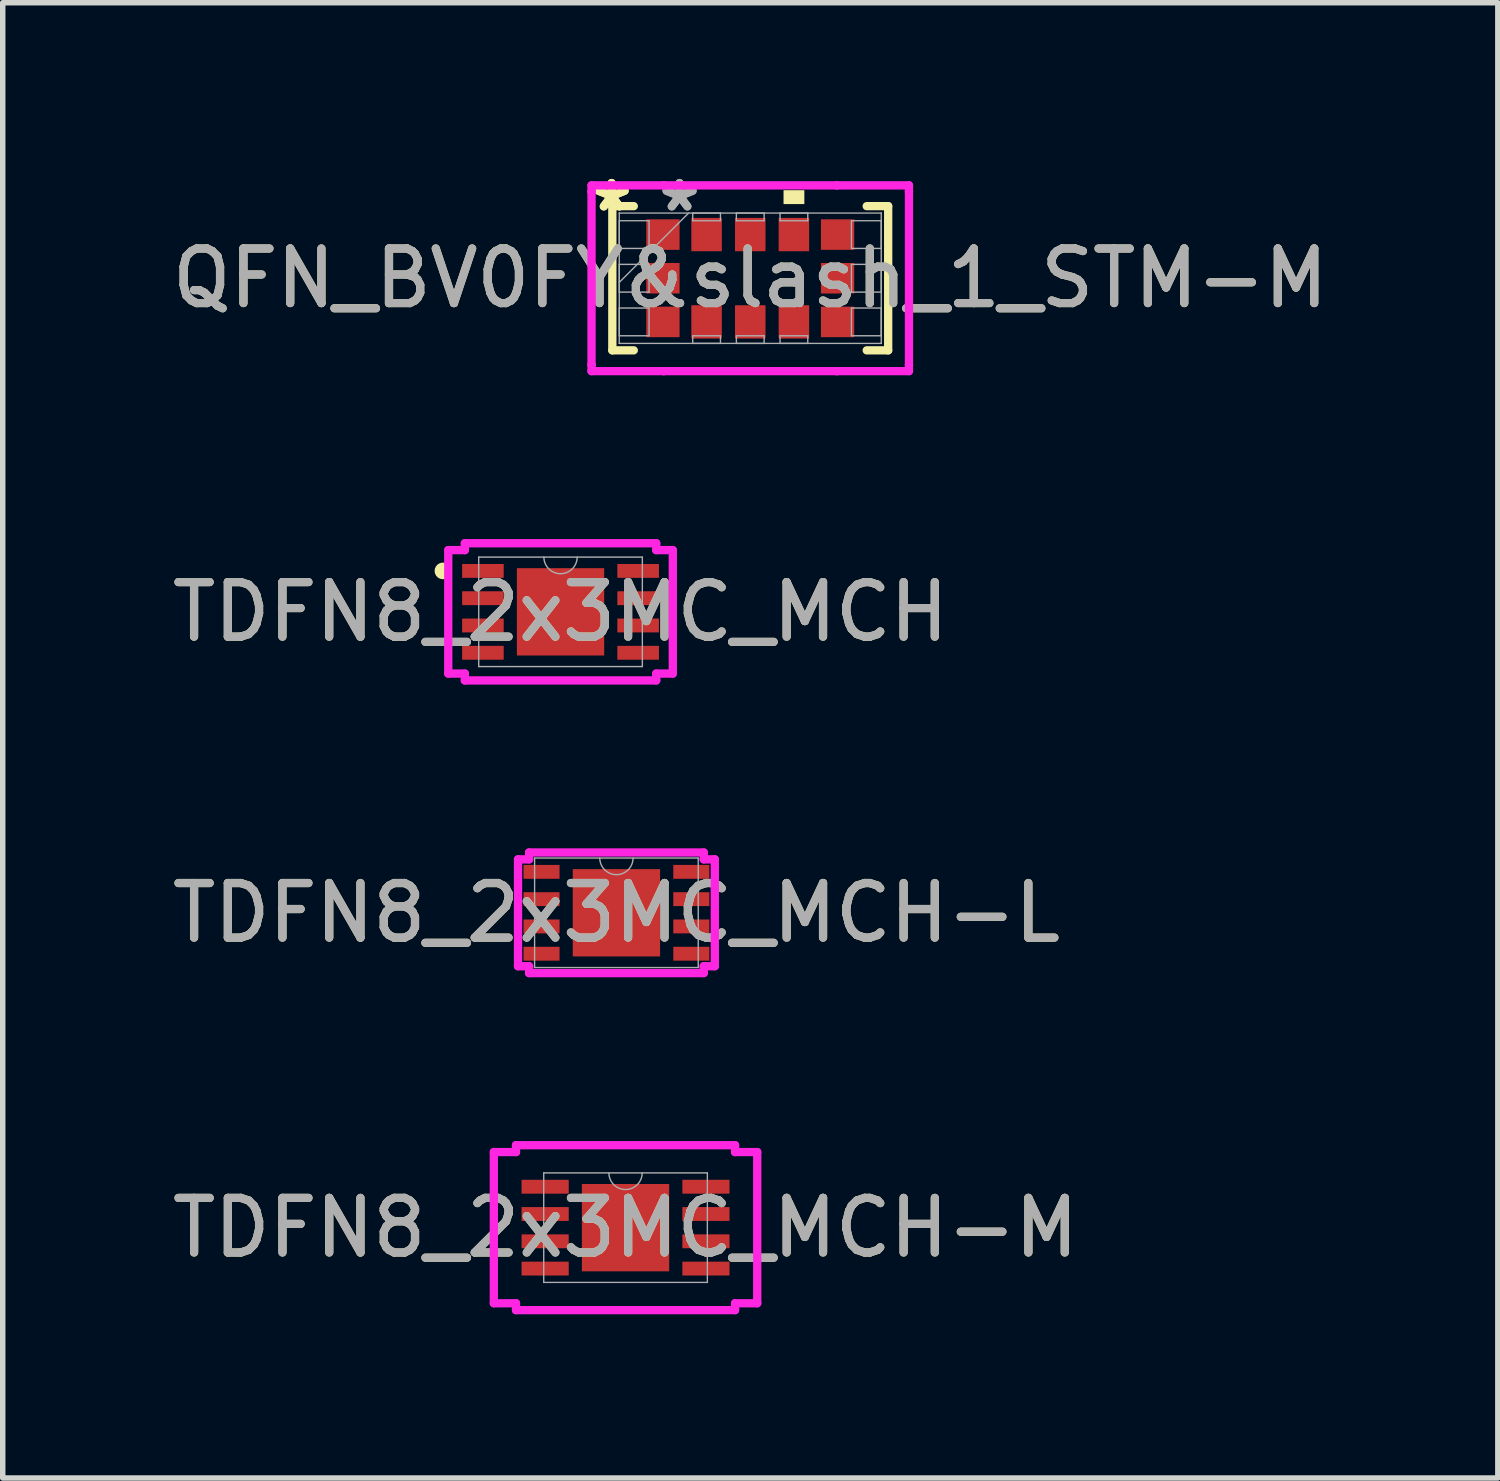
<source format=kicad_pcb>
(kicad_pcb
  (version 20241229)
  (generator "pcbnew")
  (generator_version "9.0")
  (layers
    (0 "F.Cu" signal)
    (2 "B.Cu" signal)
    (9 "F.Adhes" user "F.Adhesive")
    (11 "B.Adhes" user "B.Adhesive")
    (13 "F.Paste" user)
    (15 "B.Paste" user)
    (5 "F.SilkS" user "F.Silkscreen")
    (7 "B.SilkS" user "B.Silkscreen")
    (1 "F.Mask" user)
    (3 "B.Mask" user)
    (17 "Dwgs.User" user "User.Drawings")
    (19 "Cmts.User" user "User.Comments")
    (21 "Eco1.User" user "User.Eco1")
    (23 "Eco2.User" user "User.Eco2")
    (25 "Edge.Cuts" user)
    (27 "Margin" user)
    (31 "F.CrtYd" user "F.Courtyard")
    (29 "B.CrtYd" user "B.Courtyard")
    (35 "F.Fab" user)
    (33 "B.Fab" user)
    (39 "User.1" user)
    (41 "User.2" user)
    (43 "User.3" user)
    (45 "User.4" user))
  (footprint "TDFN8_2x3MC_MCH"
    (layer "F.Cu")
    (at 7.22 8.16)
    (property "Reference" "TDFN8_2x3MC_MCH" (at 0 0 0) (unlocked yes) (layer "F.SilkS") (effects (font (size 1 1) (thickness 0.15))))
    (attr smd)
    (fp_arc (start -2.13614 -0.676171) (mid -2.2312 -0.75) (end -2.13614 -0.823829) (stroke (width 0.1524) (type solid)) (layer "F.SilkS"))
    (fp_line (start -2.057 -1.131) (end -1.753 -1.131) (stroke (width 0.152) (type solid)) (layer "F.CrtYd"))
    (fp_line (start -2.057 1.131) (end -2.057 -1.131) (stroke (width 0.152) (type solid)) (layer "F.CrtYd"))
    (fp_line (start -2.057 1.131) (end -1.753 1.131) (stroke (width 0.152) (type solid)) (layer "F.CrtYd"))
    (fp_line (start -1.753 -1.257) (end 1.753 -1.257) (stroke (width 0.152) (type solid)) (layer "F.CrtYd"))
    (fp_line (start -1.753 -1.131) (end -1.753 -1.257) (stroke (width 0.152) (type solid)) (layer "F.CrtYd"))
    (fp_line (start -1.753 1.257) (end -1.753 1.131) (stroke (width 0.152) (type solid)) (layer "F.CrtYd"))
    (fp_line (start 1.753 -1.257) (end 1.753 -1.131) (stroke (width 0.152) (type solid)) (layer "F.CrtYd"))
    (fp_line (start 1.753 1.131) (end 1.753 1.257) (stroke (width 0.152) (type solid)) (layer "F.CrtYd"))
    (fp_line (start 1.753 1.257) (end -1.753 1.257) (stroke (width 0.152) (type solid)) (layer "F.CrtYd"))
    (fp_line (start 2.057 -1.131) (end 1.753 -1.131) (stroke (width 0.152) (type solid)) (layer "F.CrtYd"))
    (fp_line (start 2.057 -1.131) (end 2.057 1.131) (stroke (width 0.152) (type solid)) (layer "F.CrtYd"))
    (fp_line (start 2.057 1.131) (end 1.753 1.131) (stroke (width 0.152) (type solid)) (layer "F.CrtYd"))
    (fp_line (start -1.499 -1.003) (end -1.499 1.003) (stroke (width 0.025) (type solid)) (layer "F.Fab"))
    (fp_line (start -1.499 1.003) (end 1.499 1.003) (stroke (width 0.025) (type solid)) (layer "F.Fab"))
    (fp_line (start 1.499 -1.003) (end -1.499 -1.003) (stroke (width 0.025) (type solid)) (layer "F.Fab"))
    (fp_line (start 1.499 1.003) (end 1.499 -1.003) (stroke (width 0.025) (type solid)) (layer "F.Fab"))
    (fp_arc (start 0.3048 -1.0033) (mid 0 -0.6985) (end -0.3048 -1.0033) (stroke (width 0.0254) (type solid)) (layer "F.Fab"))
    (fp_text user "${REFERENCE}" (at 0 0 0) (unlocked yes) (layer "F.Fab") (effects (font (size 1 1) (thickness 0.15))))
    (pad "1" smd rect (at -1.422 -0.75) (size 0.762 0.254) (layers "F.Cu" "F.Mask" "F.Paste"))
    (pad "2" smd rect (at -1.422 -0.25) (size 0.762 0.254) (layers "F.Cu" "F.Mask" "F.Paste"))
    (pad "3" smd rect (at -1.422 0.25) (size 0.762 0.254) (layers "F.Cu" "F.Mask" "F.Paste"))
    (pad "4" smd rect (at -1.422 0.75) (size 0.762 0.254) (layers "F.Cu" "F.Mask" "F.Paste"))
    (pad "5" smd rect (at 1.422 0.75) (size 0.762 0.254) (layers "F.Cu" "F.Mask" "F.Paste"))
    (pad "6" smd rect (at 1.422 0.25) (size 0.762 0.254) (layers "F.Cu" "F.Mask" "F.Paste"))
    (pad "7" smd rect (at 1.422 -0.25) (size 0.762 0.254) (layers "F.Cu" "F.Mask" "F.Paste"))
    (pad "8" smd rect (at 1.422 -0.75) (size 0.762 0.254) (layers "F.Cu" "F.Mask" "F.Paste"))
    (pad "9" smd rect (at 0 0) (size 1.6 1.6) (layers "F.Cu" "F.Mask" "F.Paste")))
  (footprint "TDFN8_2x3MC_MCH-M"
    (layer "F.Cu")
    (at 8.411 19.443)
    (property "Reference" "TDFN8_2x3MC_MCH-M" (at 0 0 0) (unlocked yes) (layer "F.SilkS") (effects (font (size 1 1) (thickness 0.15))))
    (attr smd)
    (fp_line (start -2.413 -1.385) (end -2.007 -1.385) (stroke (width 0.152) (type solid)) (layer "F.CrtYd"))
    (fp_line (start -2.413 1.385) (end -2.413 -1.385) (stroke (width 0.152) (type solid)) (layer "F.CrtYd"))
    (fp_line (start -2.413 1.385) (end -2.007 1.385) (stroke (width 0.152) (type solid)) (layer "F.CrtYd"))
    (fp_line (start -2.007 -1.511) (end 2.007 -1.511) (stroke (width 0.152) (type solid)) (layer "F.CrtYd"))
    (fp_line (start -2.007 -1.385) (end -2.007 -1.511) (stroke (width 0.152) (type solid)) (layer "F.CrtYd"))
    (fp_line (start -2.007 1.511) (end -2.007 1.385) (stroke (width 0.152) (type solid)) (layer "F.CrtYd"))
    (fp_line (start 2.007 -1.511) (end 2.007 -1.385) (stroke (width 0.152) (type solid)) (layer "F.CrtYd"))
    (fp_line (start 2.007 1.385) (end 2.007 1.511) (stroke (width 0.152) (type solid)) (layer "F.CrtYd"))
    (fp_line (start 2.007 1.511) (end -2.007 1.511) (stroke (width 0.152) (type solid)) (layer "F.CrtYd"))
    (fp_line (start 2.413 -1.385) (end 2.007 -1.385) (stroke (width 0.152) (type solid)) (layer "F.CrtYd"))
    (fp_line (start 2.413 -1.385) (end 2.413 1.385) (stroke (width 0.152) (type solid)) (layer "F.CrtYd"))
    (fp_line (start 2.413 1.385) (end 2.007 1.385) (stroke (width 0.152) (type solid)) (layer "F.CrtYd"))
    (fp_line (start -1.499 -1.003) (end -1.499 1.003) (stroke (width 0.025) (type solid)) (layer "F.Fab"))
    (fp_line (start -1.499 1.003) (end 1.499 1.003) (stroke (width 0.025) (type solid)) (layer "F.Fab"))
    (fp_line (start 1.499 -1.003) (end -1.499 -1.003) (stroke (width 0.025) (type solid)) (layer "F.Fab"))
    (fp_line (start 1.499 1.003) (end 1.499 -1.003) (stroke (width 0.025) (type solid)) (layer "F.Fab"))
    (fp_arc (start 0.3048 -1.0033) (mid 0 -0.6985) (end -0.3048 -1.0033) (stroke (width 0.0254) (type solid)) (layer "F.Fab"))
    (fp_text user "${REFERENCE}" (at 0 0 0) (unlocked yes) (layer "F.Fab") (effects (font (size 1 1) (thickness 0.15))))
    (pad "1" smd rect (at -1.473 -0.75) (size 0.864 0.254) (layers "F.Cu" "F.Mask" "F.Paste"))
    (pad "2" smd rect (at -1.473 -0.25) (size 0.864 0.254) (layers "F.Cu" "F.Mask" "F.Paste"))
    (pad "3" smd rect (at -1.473 0.25) (size 0.864 0.254) (layers "F.Cu" "F.Mask" "F.Paste"))
    (pad "4" smd rect (at -1.473 0.75) (size 0.864 0.254) (layers "F.Cu" "F.Mask" "F.Paste"))
    (pad "5" smd rect (at 1.473 0.75) (size 0.864 0.254) (layers "F.Cu" "F.Mask" "F.Paste"))
    (pad "6" smd rect (at 1.473 0.25) (size 0.864 0.254) (layers "F.Cu" "F.Mask" "F.Paste"))
    (pad "7" smd rect (at 1.473 -0.25) (size 0.864 0.254) (layers "F.Cu" "F.Mask" "F.Paste"))
    (pad "8" smd rect (at 1.473 -0.75) (size 0.864 0.254) (layers "F.Cu" "F.Mask" "F.Paste"))
    (pad "9" smd rect (at 0 0) (size 1.6 1.6) (layers "F.Cu" "F.Mask" "F.Paste")))
  (footprint "TDFN8_2x3MC_MCH-L"
    (layer "F.Cu")
    (at 8.244 13.674)
    (property "Reference" "TDFN8_2x3MC_MCH-L" (at 0 0 0) (unlocked yes) (layer "F.SilkS") (effects (font (size 1 1) (thickness 0.15))))
    (attr smd)
    (fp_line (start -1.803 -0.979) (end -1.6 -0.979) (stroke (width 0.152) (type solid)) (layer "F.CrtYd"))
    (fp_line (start -1.803 0.979) (end -1.803 -0.979) (stroke (width 0.152) (type solid)) (layer "F.CrtYd"))
    (fp_line (start -1.803 0.979) (end -1.6 0.979) (stroke (width 0.152) (type solid)) (layer "F.CrtYd"))
    (fp_line (start -1.6 -1.105) (end 1.6 -1.105) (stroke (width 0.152) (type solid)) (layer "F.CrtYd"))
    (fp_line (start -1.6 -0.979) (end -1.6 -1.105) (stroke (width 0.152) (type solid)) (layer "F.CrtYd"))
    (fp_line (start -1.6 1.105) (end -1.6 0.979) (stroke (width 0.152) (type solid)) (layer "F.CrtYd"))
    (fp_line (start 1.6 -1.105) (end 1.6 -0.979) (stroke (width 0.152) (type solid)) (layer "F.CrtYd"))
    (fp_line (start 1.6 0.979) (end 1.6 1.105) (stroke (width 0.152) (type solid)) (layer "F.CrtYd"))
    (fp_line (start 1.6 1.105) (end -1.6 1.105) (stroke (width 0.152) (type solid)) (layer "F.CrtYd"))
    (fp_line (start 1.803 -0.979) (end 1.6 -0.979) (stroke (width 0.152) (type solid)) (layer "F.CrtYd"))
    (fp_line (start 1.803 -0.979) (end 1.803 0.979) (stroke (width 0.152) (type solid)) (layer "F.CrtYd"))
    (fp_line (start 1.803 0.979) (end 1.6 0.979) (stroke (width 0.152) (type solid)) (layer "F.CrtYd"))
    (fp_line (start -1.499 -1.003) (end -1.499 1.003) (stroke (width 0.025) (type solid)) (layer "F.Fab"))
    (fp_line (start -1.499 1.003) (end 1.499 1.003) (stroke (width 0.025) (type solid)) (layer "F.Fab"))
    (fp_line (start 1.499 -1.003) (end -1.499 -1.003) (stroke (width 0.025) (type solid)) (layer "F.Fab"))
    (fp_line (start 1.499 1.003) (end 1.499 -1.003) (stroke (width 0.025) (type solid)) (layer "F.Fab"))
    (fp_arc (start 0.3048 -1.0033) (mid 0 -0.6985) (end -0.3048 -1.0033) (stroke (width 0.0254) (type solid)) (layer "F.Fab"))
    (fp_text user "${REFERENCE}" (at 0 0 0) (unlocked yes) (layer "F.Fab") (effects (font (size 1 1) (thickness 0.15))))
    (pad "1" smd rect (at -1.372 -0.75) (size 0.66 0.254) (layers "F.Cu" "F.Mask" "F.Paste"))
    (pad "2" smd rect (at -1.372 -0.25) (size 0.66 0.254) (layers "F.Cu" "F.Mask" "F.Paste"))
    (pad "3" smd rect (at -1.372 0.25) (size 0.66 0.254) (layers "F.Cu" "F.Mask" "F.Paste"))
    (pad "4" smd rect (at -1.372 0.75) (size 0.66 0.254) (layers "F.Cu" "F.Mask" "F.Paste"))
    (pad "5" smd rect (at 1.372 0.75) (size 0.66 0.254) (layers "F.Cu" "F.Mask" "F.Paste"))
    (pad "6" smd rect (at 1.372 0.25) (size 0.66 0.254) (layers "F.Cu" "F.Mask" "F.Paste"))
    (pad "7" smd rect (at 1.372 -0.25) (size 0.66 0.254) (layers "F.Cu" "F.Mask" "F.Paste"))
    (pad "8" smd rect (at 1.372 -0.75) (size 0.66 0.254) (layers "F.Cu" "F.Mask" "F.Paste"))
    (pad "9" smd rect (at 0 0) (size 1.6 1.6) (layers "F.Cu" "F.Mask" "F.Paste")))
  (footprint "QFN_BV0FY&slash_1_STM-M"
    (layer "F.Cu")
    (at 10.696 2.048)
    (property "Reference" "QFN_BV0FY&slash_1_STM-M" (at 0 0 0) (unlocked yes) (layer "F.SilkS") (effects (font (size 1 1) (thickness 0.15))))
    (attr smd)
    (fp_line (start -2.527 -1.321) (end -2.527 1.321) (stroke (width 0.152) (type solid)) (layer "F.SilkS"))
    (fp_line (start -2.527 1.321) (end -2.134 1.321) (stroke (width 0.152) (type solid)) (layer "F.SilkS"))
    (fp_line (start -2.134 -1.321) (end -2.527 -1.321) (stroke (width 0.152) (type solid)) (layer "F.SilkS"))
    (fp_line (start 2.134 1.321) (end 2.527 1.321) (stroke (width 0.152) (type solid)) (layer "F.SilkS"))
    (fp_line (start 2.527 -1.321) (end 2.134 -1.321) (stroke (width 0.152) (type solid)) (layer "F.SilkS"))
    (fp_line (start 2.527 1.321) (end 2.527 -1.321) (stroke (width 0.152) (type solid)) (layer "F.SilkS"))
    (fp_poly (pts (xy 0.61 -1.359) (xy 0.61 -1.613) (xy 0.991 -1.613) (xy 0.991 -1.359)) (stroke (width 0) (type solid)) (fill yes) (layer "F.SilkS"))
    (fp_line (start -2.908 -1.702) (end -1.587 -1.702) (stroke (width 0.152) (type solid)) (layer "F.CrtYd"))
    (fp_line (start -2.908 -1.587) (end -2.908 -1.702) (stroke (width 0.152) (type solid)) (layer "F.CrtYd"))
    (fp_line (start -2.908 -1.587) (end -2.908 -1.587) (stroke (width 0.152) (type solid)) (layer "F.CrtYd"))
    (fp_line (start -2.908 1.587) (end -2.908 -1.587) (stroke (width 0.152) (type solid)) (layer "F.CrtYd"))
    (fp_line (start -2.908 1.587) (end -2.908 1.587) (stroke (width 0.152) (type solid)) (layer "F.CrtYd"))
    (fp_line (start -2.908 1.702) (end -2.908 1.587) (stroke (width 0.152) (type solid)) (layer "F.CrtYd"))
    (fp_line (start -1.587 -1.702) (end -1.587 -1.702) (stroke (width 0.152) (type solid)) (layer "F.CrtYd"))
    (fp_line (start -1.587 -1.702) (end 1.587 -1.702) (stroke (width 0.152) (type solid)) (layer "F.CrtYd"))
    (fp_line (start -1.587 1.702) (end -2.908 1.702) (stroke (width 0.152) (type solid)) (layer "F.CrtYd"))
    (fp_line (start -1.587 1.702) (end -1.587 1.702) (stroke (width 0.152) (type solid)) (layer "F.CrtYd"))
    (fp_line (start 1.587 -1.702) (end 1.587 -1.702) (stroke (width 0.152) (type solid)) (layer "F.CrtYd"))
    (fp_line (start 1.587 -1.702) (end 2.908 -1.702) (stroke (width 0.152) (type solid)) (layer "F.CrtYd"))
    (fp_line (start 1.587 1.702) (end -1.587 1.702) (stroke (width 0.152) (type solid)) (layer "F.CrtYd"))
    (fp_line (start 1.587 1.702) (end 1.587 1.702) (stroke (width 0.152) (type solid)) (layer "F.CrtYd"))
    (fp_line (start 2.908 -1.702) (end 2.908 -1.587) (stroke (width 0.152) (type solid)) (layer "F.CrtYd"))
    (fp_line (start 2.908 -1.587) (end 2.908 -1.587) (stroke (width 0.152) (type solid)) (layer "F.CrtYd"))
    (fp_line (start 2.908 -1.587) (end 2.908 1.587) (stroke (width 0.152) (type solid)) (layer "F.CrtYd"))
    (fp_line (start 2.908 1.587) (end 2.908 1.587) (stroke (width 0.152) (type solid)) (layer "F.CrtYd"))
    (fp_line (start 2.908 1.587) (end 2.908 1.702) (stroke (width 0.152) (type solid)) (layer "F.CrtYd"))
    (fp_line (start 2.908 1.702) (end 1.587 1.702) (stroke (width 0.152) (type solid)) (layer "F.CrtYd"))
    (fp_line (start -2.4 -1.194) (end -2.4 -1.194) (stroke (width 0.025) (type solid)) (layer "F.Fab"))
    (fp_line (start -2.4 -1.194) (end -2.4 1.194) (stroke (width 0.025) (type solid)) (layer "F.Fab"))
    (fp_line (start -2.4 -1.054) (end -1.854 -1.054) (stroke (width 0.025) (type solid)) (layer "F.Fab"))
    (fp_line (start -2.4 -0.546) (end -2.4 -1.054) (stroke (width 0.025) (type solid)) (layer "F.Fab"))
    (fp_line (start -2.4 -0.254) (end -1.854 -0.254) (stroke (width 0.025) (type solid)) (layer "F.Fab"))
    (fp_line (start -2.4 0.076) (end -1.13 -1.194) (stroke (width 0.025) (type solid)) (layer "F.Fab"))
    (fp_line (start -2.4 0.254) (end -2.4 -0.254) (stroke (width 0.025) (type solid)) (layer "F.Fab"))
    (fp_line (start -2.4 0.546) (end -1.854 0.546) (stroke (width 0.025) (type solid)) (layer "F.Fab"))
    (fp_line (start -2.4 1.054) (end -2.4 0.546) (stroke (width 0.025) (type solid)) (layer "F.Fab"))
    (fp_line (start -2.4 1.194) (end -2.4 1.194) (stroke (width 0.025) (type solid)) (layer "F.Fab"))
    (fp_line (start -2.4 1.194) (end 2.4 1.194) (stroke (width 0.025) (type solid)) (layer "F.Fab"))
    (fp_line (start -1.854 -1.054) (end -1.854 -0.546) (stroke (width 0.025) (type solid)) (layer "F.Fab"))
    (fp_line (start -1.854 -0.546) (end -2.4 -0.546) (stroke (width 0.025) (type solid)) (layer "F.Fab"))
    (fp_line (start -1.854 -0.254) (end -1.854 0.254) (stroke (width 0.025) (type solid)) (layer "F.Fab"))
    (fp_line (start -1.854 0.254) (end -2.4 0.254) (stroke (width 0.025) (type solid)) (layer "F.Fab"))
    (fp_line (start -1.854 0.546) (end -1.854 1.054) (stroke (width 0.025) (type solid)) (layer "F.Fab"))
    (fp_line (start -1.854 1.054) (end -2.4 1.054) (stroke (width 0.025) (type solid)) (layer "F.Fab"))
    (fp_line (start -1.054 -1.194) (end -0.546 -1.194) (stroke (width 0.025) (type solid)) (layer "F.Fab"))
    (fp_line (start -1.054 -1.054) (end -1.054 -1.194) (stroke (width 0.025) (type solid)) (layer "F.Fab"))
    (fp_line (start -1.054 1.054) (end -0.546 1.054) (stroke (width 0.025) (type solid)) (layer "F.Fab"))
    (fp_line (start -1.054 1.194) (end -1.054 1.054) (stroke (width 0.025) (type solid)) (layer "F.Fab"))
    (fp_line (start -0.546 -1.194) (end -0.546 -1.054) (stroke (width 0.025) (type solid)) (layer "F.Fab"))
    (fp_line (start -0.546 -1.054) (end -1.054 -1.054) (stroke (width 0.025) (type solid)) (layer "F.Fab"))
    (fp_line (start -0.546 1.054) (end -0.546 1.194) (stroke (width 0.025) (type solid)) (layer "F.Fab"))
    (fp_line (start -0.546 1.194) (end -1.054 1.194) (stroke (width 0.025) (type solid)) (layer "F.Fab"))
    (fp_line (start -0.254 -1.194) (end 0.254 -1.194) (stroke (width 0.025) (type solid)) (layer "F.Fab"))
    (fp_line (start -0.254 -1.054) (end -0.254 -1.194) (stroke (width 0.025) (type solid)) (layer "F.Fab"))
    (fp_line (start -0.254 1.054) (end 0.254 1.054) (stroke (width 0.025) (type solid)) (layer "F.Fab"))
    (fp_line (start -0.254 1.194) (end -0.254 1.054) (stroke (width 0.025) (type solid)) (layer "F.Fab"))
    (fp_line (start 0.254 -1.194) (end 0.254 -1.054) (stroke (width 0.025) (type solid)) (layer "F.Fab"))
    (fp_line (start 0.254 -1.054) (end -0.254 -1.054) (stroke (width 0.025) (type solid)) (layer "F.Fab"))
    (fp_line (start 0.254 1.054) (end 0.254 1.194) (stroke (width 0.025) (type solid)) (layer "F.Fab"))
    (fp_line (start 0.254 1.194) (end -0.254 1.194) (stroke (width 0.025) (type solid)) (layer "F.Fab"))
    (fp_line (start 0.546 -1.194) (end 1.054 -1.194) (stroke (width 0.025) (type solid)) (layer "F.Fab"))
    (fp_line (start 0.546 -1.054) (end 0.546 -1.194) (stroke (width 0.025) (type solid)) (layer "F.Fab"))
    (fp_line (start 0.546 1.054) (end 1.054 1.054) (stroke (width 0.025) (type solid)) (layer "F.Fab"))
    (fp_line (start 0.546 1.194) (end 0.546 1.054) (stroke (width 0.025) (type solid)) (layer "F.Fab"))
    (fp_line (start 1.054 -1.194) (end 1.054 -1.054) (stroke (width 0.025) (type solid)) (layer "F.Fab"))
    (fp_line (start 1.054 -1.054) (end 0.546 -1.054) (stroke (width 0.025) (type solid)) (layer "F.Fab"))
    (fp_line (start 1.054 1.054) (end 1.054 1.194) (stroke (width 0.025) (type solid)) (layer "F.Fab"))
    (fp_line (start 1.054 1.194) (end 0.546 1.194) (stroke (width 0.025) (type solid)) (layer "F.Fab"))
    (fp_line (start 1.854 -1.054) (end 2.4 -1.054) (stroke (width 0.025) (type solid)) (layer "F.Fab"))
    (fp_line (start 1.854 -0.546) (end 1.854 -1.054) (stroke (width 0.025) (type solid)) (layer "F.Fab"))
    (fp_line (start 1.854 -0.254) (end 2.4 -0.254) (stroke (width 0.025) (type solid)) (layer "F.Fab"))
    (fp_line (start 1.854 0.254) (end 1.854 -0.254) (stroke (width 0.025) (type solid)) (layer "F.Fab"))
    (fp_line (start 1.854 0.546) (end 2.4 0.546) (stroke (width 0.025) (type solid)) (layer "F.Fab"))
    (fp_line (start 1.854 1.054) (end 1.854 0.546) (stroke (width 0.025) (type solid)) (layer "F.Fab"))
    (fp_line (start 2.4 -1.194) (end -2.4 -1.194) (stroke (width 0.025) (type solid)) (layer "F.Fab"))
    (fp_line (start 2.4 -1.194) (end 2.4 -1.194) (stroke (width 0.025) (type solid)) (layer "F.Fab"))
    (fp_line (start 2.4 -1.054) (end 2.4 -0.546) (stroke (width 0.025) (type solid)) (layer "F.Fab"))
    (fp_line (start 2.4 -0.546) (end 1.854 -0.546) (stroke (width 0.025) (type solid)) (layer "F.Fab"))
    (fp_line (start 2.4 -0.254) (end 2.4 0.254) (stroke (width 0.025) (type solid)) (layer "F.Fab"))
    (fp_line (start 2.4 0.254) (end 1.854 0.254) (stroke (width 0.025) (type solid)) (layer "F.Fab"))
    (fp_line (start 2.4 0.546) (end 2.4 1.054) (stroke (width 0.025) (type solid)) (layer "F.Fab"))
    (fp_line (start 2.4 1.054) (end 1.854 1.054) (stroke (width 0.025) (type solid)) (layer "F.Fab"))
    (fp_line (start 2.4 1.194) (end 2.4 -1.194) (stroke (width 0.025) (type solid)) (layer "F.Fab"))
    (fp_line (start 2.4 1.194) (end 2.4 1.194) (stroke (width 0.025) (type solid)) (layer "F.Fab"))
    (fp_text user "*" (at -2.54 -1.2 0) (layer "F.SilkS") (effects (font (size 1 1) (thickness 0.15))))
    (fp_text user "*" (at -2.54 -1.2 0) (unlocked yes) (layer "F.SilkS") (effects (font (size 1 1) (thickness 0.15))))
    (fp_text user "*" (at -1.295 -1.2 0) (unlocked yes) (layer "F.Fab") (effects (font (size 1 1) (thickness 0.15))))
    (fp_text user "${REFERENCE}" (at 0 0 0) (unlocked yes) (layer "F.Fab") (effects (font (size 1 1) (thickness 0.15))))
    (fp_text user "*" (at -1.295 -1.2 0) (layer "F.Fab") (effects (font (size 1 1) (thickness 0.15))))
    (pad "1" smd rect (at -1.6 -0.8 90) (size 0.559 0.61) (layers "F.Cu" "F.Mask" "F.Paste"))
    (pad "2" smd rect (at -0.8 -0.8) (size 0.559 0.61) (layers "F.Cu" "F.Mask" "F.Paste"))
    (pad "3" smd rect (at 0 -0.8) (size 0.559 0.61) (layers "F.Cu" "F.Mask" "F.Paste"))
    (pad "4" smd rect (at 0.8 -0.8) (size 0.559 0.61) (layers "F.Cu" "F.Mask" "F.Paste"))
    (pad "5" smd rect (at 1.6 -0.8 90) (size 0.559 0.61) (layers "F.Cu" "F.Mask" "F.Paste"))
    (pad "6" smd rect (at 1.6 0 90) (size 0.559 0.61) (layers "F.Cu" "F.Mask" "F.Paste"))
    (pad "7" smd rect (at 1.6 0.8 90) (size 0.559 0.61) (layers "F.Cu" "F.Mask" "F.Paste"))
    (pad "8" smd rect (at 0.8 0.8) (size 0.559 0.61) (layers "F.Cu" "F.Mask" "F.Paste"))
    (pad "9" smd rect (at 0 0.8) (size 0.559 0.61) (layers "F.Cu" "F.Mask" "F.Paste"))
    (pad "10" smd rect (at -0.8 0.8) (size 0.559 0.61) (layers "F.Cu" "F.Mask" "F.Paste"))
    (pad "11" smd rect (at -1.6 0.8 90) (size 0.559 0.61) (layers "F.Cu" "F.Mask" "F.Paste"))
    (pad "12" smd rect (at -1.6 0 90) (size 0.559 0.61) (layers "F.Cu" "F.Mask" "F.Paste")))
  (gr_rect
    (start -3 -3)
    (end 24.393 24.03)
    (stroke (width 0.1) (type default))
    (fill no)
    (layer "Edge.Cuts")))
</source>
